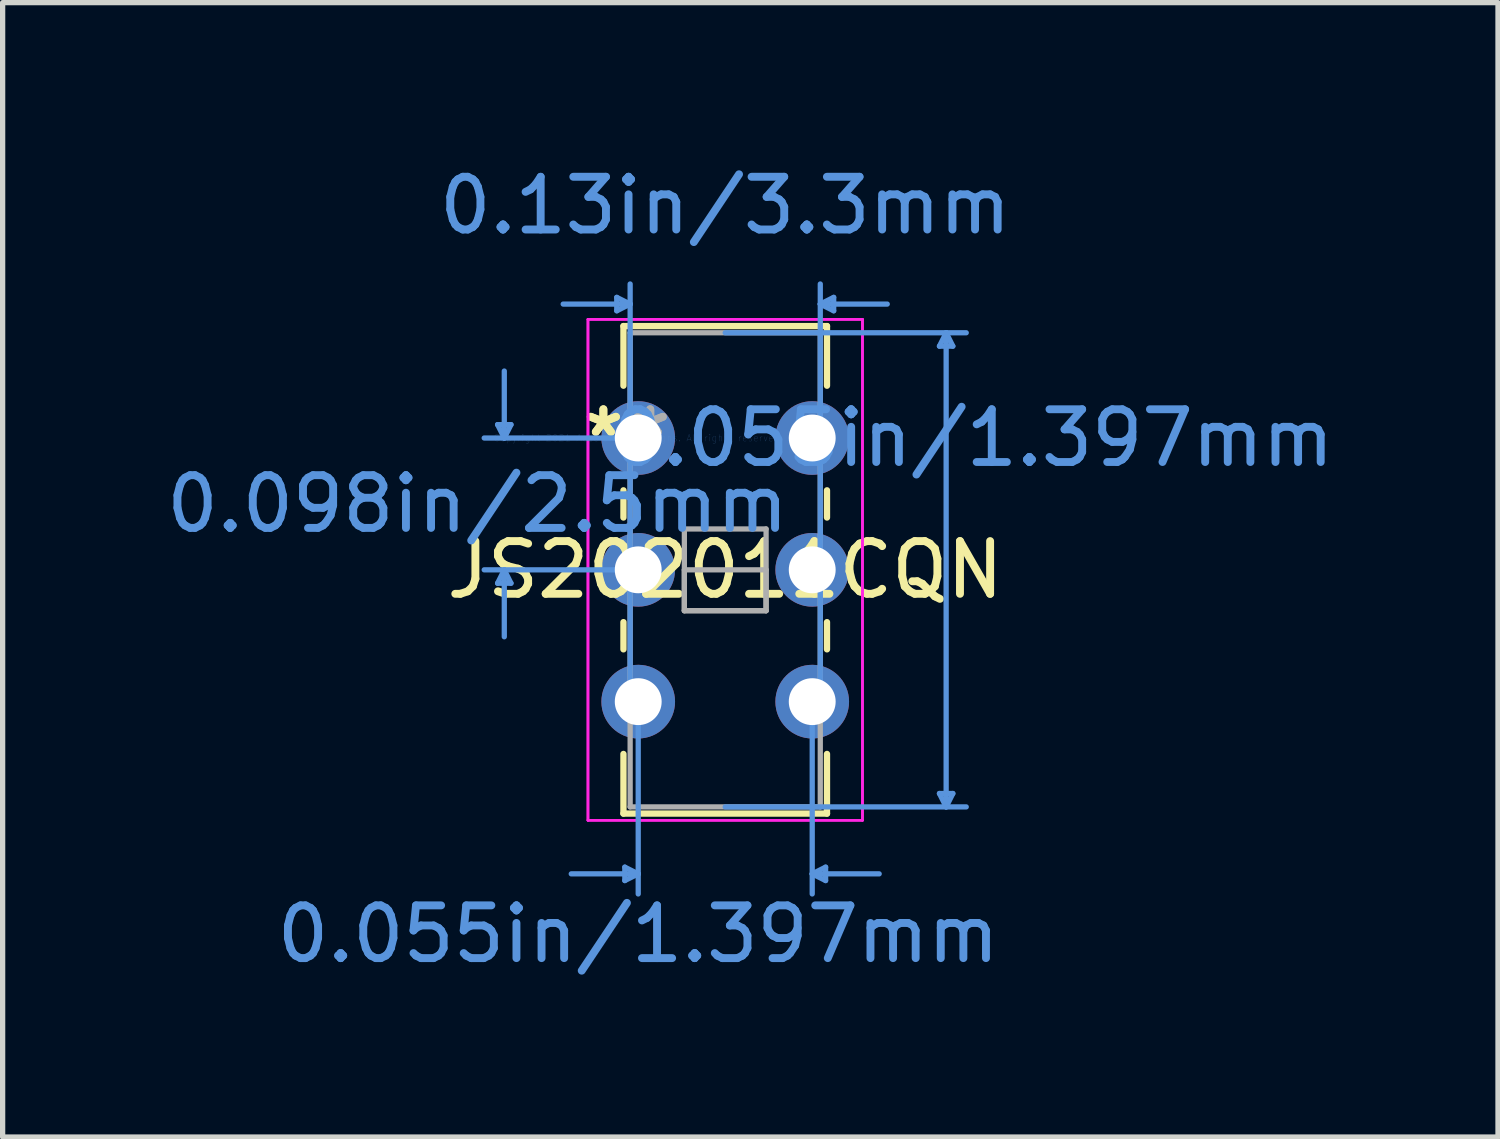
<source format=kicad_pcb>
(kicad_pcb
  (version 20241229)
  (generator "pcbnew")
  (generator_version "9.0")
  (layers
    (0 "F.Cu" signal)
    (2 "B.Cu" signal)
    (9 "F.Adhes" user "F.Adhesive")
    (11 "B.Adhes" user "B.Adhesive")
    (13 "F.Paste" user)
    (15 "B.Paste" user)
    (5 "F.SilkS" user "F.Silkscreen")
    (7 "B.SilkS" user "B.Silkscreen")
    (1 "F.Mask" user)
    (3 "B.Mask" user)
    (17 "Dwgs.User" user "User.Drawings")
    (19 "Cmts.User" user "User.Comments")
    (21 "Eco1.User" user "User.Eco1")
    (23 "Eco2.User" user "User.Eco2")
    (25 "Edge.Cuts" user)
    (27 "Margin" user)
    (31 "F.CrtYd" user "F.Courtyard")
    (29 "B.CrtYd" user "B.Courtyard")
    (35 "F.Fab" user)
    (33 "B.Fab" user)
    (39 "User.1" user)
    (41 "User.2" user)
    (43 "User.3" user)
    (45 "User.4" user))
  (footprint "JS202011CQN"
    (layer "F.Cu")
    (at 9.054 5.257)
    (property "Reference" "JS202011CQN" (at 1.65 2.5 0) (layer "F.SilkS") (effects (font (size 1 1) (thickness 0.15))))
    (attr through_hole)
    (fp_line (start -0.28 -2.123) (end -0.28 -0.992) (stroke (width 0.12) (type solid)) (layer "F.SilkS"))
    (fp_line (start -0.28 0.992) (end -0.28 1.508) (stroke (width 0.12) (type solid)) (layer "F.SilkS"))
    (fp_line (start -0.28 3.492) (end -0.28 4.008) (stroke (width 0.12) (type solid)) (layer "F.SilkS"))
    (fp_line (start -0.28 5.992) (end -0.28 7.123) (stroke (width 0.12) (type solid)) (layer "F.SilkS"))
    (fp_line (start -0.28 7.123) (end 3.58 7.123) (stroke (width 0.12) (type solid)) (layer "F.SilkS"))
    (fp_line (start 3.58 -2.123) (end -0.28 -2.123) (stroke (width 0.12) (type solid)) (layer "F.SilkS"))
    (fp_line (start 3.58 -0.992) (end 3.58 -2.123) (stroke (width 0.12) (type solid)) (layer "F.SilkS"))
    (fp_line (start 3.58 1.508) (end 3.58 0.992) (stroke (width 0.12) (type solid)) (layer "F.SilkS"))
    (fp_line (start 3.58 4.008) (end 3.58 3.492) (stroke (width 0.12) (type solid)) (layer "F.SilkS"))
    (fp_line (start 3.58 7.123) (end 3.58 5.992) (stroke (width 0.12) (type solid)) (layer "F.SilkS"))
    (fp_line (start -2.667 -0.254) (end -2.413 -0.254) (stroke (width 0.1) (type solid)) (layer "Cmts.User"))
    (fp_line (start -2.667 2.754) (end -2.413 2.754) (stroke (width 0.1) (type solid)) (layer "Cmts.User"))
    (fp_line (start -2.54 0) (end -2.667 -0.254) (stroke (width 0.1) (type solid)) (layer "Cmts.User"))
    (fp_line (start -2.54 0) (end -2.54 -1.27) (stroke (width 0.1) (type solid)) (layer "Cmts.User"))
    (fp_line (start -2.54 0) (end -2.413 -0.254) (stroke (width 0.1) (type solid)) (layer "Cmts.User"))
    (fp_line (start -2.54 2.5) (end -2.667 2.754) (stroke (width 0.1) (type solid)) (layer "Cmts.User"))
    (fp_line (start -2.54 2.5) (end -2.54 3.77) (stroke (width 0.1) (type solid)) (layer "Cmts.User"))
    (fp_line (start -2.54 2.5) (end -2.413 2.754) (stroke (width 0.1) (type solid)) (layer "Cmts.User"))
    (fp_line (start -0.407 -2.667) (end -0.407 -2.413) (stroke (width 0.1) (type solid)) (layer "Cmts.User"))
    (fp_line (start -0.254 8.139) (end -0.254 8.393) (stroke (width 0.1) (type solid)) (layer "Cmts.User"))
    (fp_line (start -0.153 -2.54) (end -1.423 -2.54) (stroke (width 0.1) (type solid)) (layer "Cmts.User"))
    (fp_line (start -0.153 -2.54) (end -0.407 -2.667) (stroke (width 0.1) (type solid)) (layer "Cmts.User"))
    (fp_line (start -0.153 -2.54) (end -0.407 -2.413) (stroke (width 0.1) (type solid)) (layer "Cmts.User"))
    (fp_line (start -0.153 5) (end -0.153 -2.921) (stroke (width 0.1) (type solid)) (layer "Cmts.User"))
    (fp_line (start 0 0) (end -2.921 0) (stroke (width 0.1) (type solid)) (layer "Cmts.User"))
    (fp_line (start 0 2.5) (end -2.921 2.5) (stroke (width 0.1) (type solid)) (layer "Cmts.User"))
    (fp_line (start 0 5) (end 0 8.647) (stroke (width 0.1) (type solid)) (layer "Cmts.User"))
    (fp_line (start 0 8.266) (end -1.27 8.266) (stroke (width 0.1) (type solid)) (layer "Cmts.User"))
    (fp_line (start 0 8.266) (end -0.254 8.139) (stroke (width 0.1) (type solid)) (layer "Cmts.User"))
    (fp_line (start 0 8.266) (end -0.254 8.393) (stroke (width 0.1) (type solid)) (layer "Cmts.User"))
    (fp_line (start 1.65 -1.996) (end 6.221 -1.996) (stroke (width 0.1) (type solid)) (layer "Cmts.User"))
    (fp_line (start 1.65 6.996) (end 6.221 6.996) (stroke (width 0.1) (type solid)) (layer "Cmts.User"))
    (fp_line (start 3.3 5) (end 3.3 8.647) (stroke (width 0.1) (type solid)) (layer "Cmts.User"))
    (fp_line (start 3.3 8.266) (end 3.554 8.139) (stroke (width 0.1) (type solid)) (layer "Cmts.User"))
    (fp_line (start 3.3 8.266) (end 3.554 8.393) (stroke (width 0.1) (type solid)) (layer "Cmts.User"))
    (fp_line (start 3.3 8.266) (end 4.57 8.266) (stroke (width 0.1) (type solid)) (layer "Cmts.User"))
    (fp_line (start 3.453 -2.54) (end 3.707 -2.667) (stroke (width 0.1) (type solid)) (layer "Cmts.User"))
    (fp_line (start 3.453 -2.54) (end 3.707 -2.413) (stroke (width 0.1) (type solid)) (layer "Cmts.User"))
    (fp_line (start 3.453 -2.54) (end 4.723 -2.54) (stroke (width 0.1) (type solid)) (layer "Cmts.User"))
    (fp_line (start 3.453 5) (end 3.453 -2.921) (stroke (width 0.1) (type solid)) (layer "Cmts.User"))
    (fp_line (start 3.554 8.139) (end 3.554 8.393) (stroke (width 0.1) (type solid)) (layer "Cmts.User"))
    (fp_line (start 3.707 -2.667) (end 3.707 -2.413) (stroke (width 0.1) (type solid)) (layer "Cmts.User"))
    (fp_line (start 5.713 -1.742) (end 5.967 -1.742) (stroke (width 0.1) (type solid)) (layer "Cmts.User"))
    (fp_line (start 5.713 6.742) (end 5.967 6.742) (stroke (width 0.1) (type solid)) (layer "Cmts.User"))
    (fp_line (start 5.84 -1.996) (end 5.713 -1.742) (stroke (width 0.1) (type solid)) (layer "Cmts.User"))
    (fp_line (start 5.84 -1.996) (end 5.84 6.996) (stroke (width 0.1) (type solid)) (layer "Cmts.User"))
    (fp_line (start 5.84 -1.996) (end 5.967 -1.742) (stroke (width 0.1) (type solid)) (layer "Cmts.User"))
    (fp_line (start 5.84 6.996) (end 5.713 6.742) (stroke (width 0.1) (type solid)) (layer "Cmts.User"))
    (fp_line (start 5.84 6.996) (end 5.967 6.742) (stroke (width 0.1) (type solid)) (layer "Cmts.User"))
    (fp_line (start -0.953 -2.25) (end -0.953 7.25) (stroke (width 0.05) (type solid)) (layer "F.CrtYd"))
    (fp_line (start -0.953 -2.25) (end 4.253 -2.25) (stroke (width 0.05) (type solid)) (layer "F.CrtYd"))
    (fp_line (start -0.953 7.25) (end -0.953 -2.25) (stroke (width 0.05) (type solid)) (layer "F.CrtYd"))
    (fp_line (start -0.953 7.25) (end 4.253 7.25) (stroke (width 0.05) (type solid)) (layer "F.CrtYd"))
    (fp_line (start 4.253 -2.25) (end -0.953 -2.25) (stroke (width 0.05) (type solid)) (layer "F.CrtYd"))
    (fp_line (start 4.253 -2.25) (end 4.253 7.25) (stroke (width 0.05) (type solid)) (layer "F.CrtYd"))
    (fp_line (start 4.253 7.25) (end -0.953 7.25) (stroke (width 0.05) (type solid)) (layer "F.CrtYd"))
    (fp_line (start 4.253 7.25) (end 4.253 -2.25) (stroke (width 0.05) (type solid)) (layer "F.CrtYd"))
    (fp_line (start -0.153 -1.996) (end -0.153 6.996) (stroke (width 0.1) (type solid)) (layer "F.Fab"))
    (fp_line (start -0.153 6.996) (end 3.453 6.996) (stroke (width 0.1) (type solid)) (layer "F.Fab"))
    (fp_line (start 0.875 1.725) (end 2.425 1.725) (stroke (width 0.1) (type solid)) (layer "F.Fab"))
    (fp_line (start 0.875 2.5) (end 2.425 2.5) (stroke (width 0.1) (type solid)) (layer "F.Fab"))
    (fp_line (start 0.875 3.275) (end 0.875 1.725) (stroke (width 0.1) (type solid)) (layer "F.Fab"))
    (fp_line (start 0.875 3.275) (end 0.875 2.5) (stroke (width 0.1) (type solid)) (layer "F.Fab"))
    (fp_line (start 2.425 1.725) (end 2.425 3.275) (stroke (width 0.1) (type solid)) (layer "F.Fab"))
    (fp_line (start 2.425 2.5) (end 2.425 3.275) (stroke (width 0.1) (type solid)) (layer "F.Fab"))
    (fp_line (start 2.425 3.275) (end 0.875 3.275) (stroke (width 0.1) (type solid)) (layer "F.Fab"))
    (fp_line (start 2.425 3.275) (end 0.875 3.275) (stroke (width 0.1) (type solid)) (layer "F.Fab"))
    (fp_line (start 3.453 -1.996) (end -0.153 -1.996) (stroke (width 0.1) (type solid)) (layer "F.Fab"))
    (fp_line (start 3.453 6.996) (end 3.453 -1.996) (stroke (width 0.1) (type solid)) (layer "F.Fab"))
    (fp_text user "*" (at -0.661 0 0) (layer "F.SilkS") (effects (font (size 1 1) (thickness 0.15))))
    (fp_text user "*" (at -0.661 0 0) (layer "F.SilkS") (effects (font (size 1 1) (thickness 0.15))))
    (fp_text user "0.055in/1.397mm" (at 6.348 0 0) (layer "Cmts.User") (effects (font (size 1 1) (thickness 0.15))))
    (fp_text user "0.13in/3.3mm" (at 1.65 -4.409 0) (layer "Cmts.User") (effects (font (size 1 1) (thickness 0.15))))
    (fp_text user "Copyright 2021 Accelerated Designs. All rights reserved." (at 0 0 0) (layer "Cmts.User") (effects (font (size 0.127 0.127) (thickness 0.002))))
    (fp_text user "0.098in/2.5mm" (at -3.048 1.25 0) (layer "Cmts.User") (effects (font (size 1 1) (thickness 0.15))))
    (fp_text user "0.055in/1.397mm" (at 0 9.409 0) (layer "Cmts.User") (effects (font (size 1 1) (thickness 0.15))))
    (fp_text user "*" (at 0.228 0 0) (layer "F.Fab") (effects (font (size 1 1) (thickness 0.15))))
    (fp_text user "*" (at 0.228 0 0) (layer "F.Fab") (effects (font (size 1 1) (thickness 0.15))))
    (pad "1" thru_hole circle (at 0.000001 0) (size 1.397 1.397) (drill 0.889) (layers "*.Cu" "*.Mask"))
    (pad "2" thru_hole circle (at 0.000001 2.5) (size 1.397 1.397) (drill 0.889) (layers "*.Cu" "*.Mask"))
    (pad "3" thru_hole circle (at 0.000001 5) (size 1.397 1.397) (drill 0.889) (layers "*.Cu" "*.Mask"))
    (pad "4" thru_hole circle (at 3.3 5) (size 1.397 1.397) (drill 0.889) (layers "*.Cu" "*.Mask"))
    (pad "5" thru_hole circle (at 3.3 2.5) (size 1.397 1.397) (drill 0.889) (layers "*.Cu" "*.Mask"))
    (pad "6" thru_hole circle (at 3.3 0) (size 1.397 1.397) (drill 0.889) (layers "*.Cu" "*.Mask")))
  (gr_rect
    (start -3 -3)
    (end 25.36 18.514)
    (stroke (width 0.1) (type default))
    (fill no)
    (layer "Edge.Cuts")))
</source>
